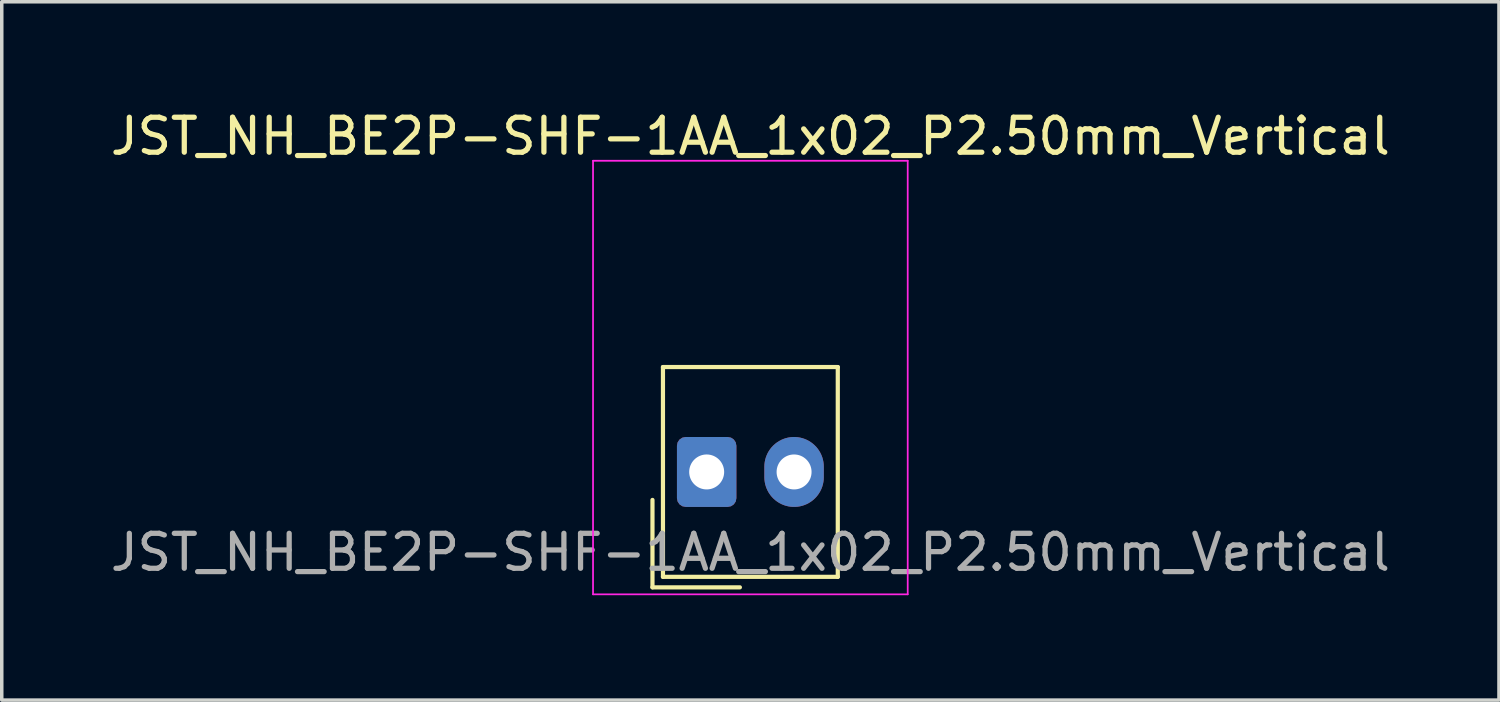
<source format=kicad_pcb>
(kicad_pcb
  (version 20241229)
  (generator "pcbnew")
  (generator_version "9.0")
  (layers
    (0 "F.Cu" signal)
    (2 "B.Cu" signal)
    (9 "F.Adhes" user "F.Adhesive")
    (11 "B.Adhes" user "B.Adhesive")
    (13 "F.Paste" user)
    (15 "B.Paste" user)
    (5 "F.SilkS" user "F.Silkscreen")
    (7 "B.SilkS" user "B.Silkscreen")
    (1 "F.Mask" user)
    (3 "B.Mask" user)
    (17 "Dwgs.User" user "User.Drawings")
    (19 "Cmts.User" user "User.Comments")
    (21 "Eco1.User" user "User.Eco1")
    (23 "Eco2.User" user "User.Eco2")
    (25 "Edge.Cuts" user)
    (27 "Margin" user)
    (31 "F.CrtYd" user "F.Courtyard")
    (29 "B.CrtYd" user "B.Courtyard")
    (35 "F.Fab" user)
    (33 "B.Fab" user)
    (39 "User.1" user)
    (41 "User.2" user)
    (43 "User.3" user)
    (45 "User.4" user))
  (footprint "JST_NH_BE2P-SHF-1AA_1x02_P2.50mm_Vertical"
    (layer "F.Cu")
    (at 17.161 10.448)
    (property "Reference" "JST_NH_BE2P-SHF-1AA_1x02_P2.50mm_Vertical" (at 1.25 -9.6 0) (layer "F.SilkS") (effects (font (size 1 1) (thickness 0.15))))
    (attr through_hole)
    (fp_line (start -1.55 0.8) (end -1.55 3.3) (stroke (width 0.12) (type solid)) (layer "F.SilkS"))
    (fp_line (start -1.55 3.3) (end 0.95 3.3) (stroke (width 0.12) (type solid)) (layer "F.SilkS"))
    (fp_line (start -1.25 -3) (end -1.25 3) (stroke (width 0.12) (type solid)) (layer "F.SilkS"))
    (fp_line (start -1.25 3) (end 3.75 3) (stroke (width 0.12) (type solid)) (layer "F.SilkS"))
    (fp_line (start 3.75 -3) (end -1.25 -3) (stroke (width 0.12) (type solid)) (layer "F.SilkS"))
    (fp_line (start 3.75 3) (end 3.75 -3) (stroke (width 0.12) (type solid)) (layer "F.SilkS"))
    (fp_line (start -3.25 -8.9) (end -3.25 3.5) (stroke (width 0.05) (type solid)) (layer "F.CrtYd"))
    (fp_line (start -3.25 3.5) (end 5.75 3.5) (stroke (width 0.05) (type solid)) (layer "F.CrtYd"))
    (fp_line (start 5.75 -8.9) (end -3.25 -8.9) (stroke (width 0.05) (type solid)) (layer "F.CrtYd"))
    (fp_line (start 5.75 3.5) (end 5.75 -8.9) (stroke (width 0.05) (type solid)) (layer "F.CrtYd"))
    (fp_text user "${REFERENCE}" (at 1.25 2.3 0) (layer "F.Fab") (effects (font (size 1 1) (thickness 0.15))))
    (pad "1" thru_hole roundrect (at 0 0) (size 1.7 2) (drill 1) (layers "*.Cu" "*.Mask") (roundrect_rratio 0.147))
    (pad "2" thru_hole oval (at 2.5 0) (size 1.7 2) (drill 1) (layers "*.Cu" "*.Mask")))
  (gr_rect
    (start -3 -3)
    (end 39.821 16.973)
    (stroke (width 0.1) (type default))
    (fill no)
    (layer "Edge.Cuts")))
</source>
